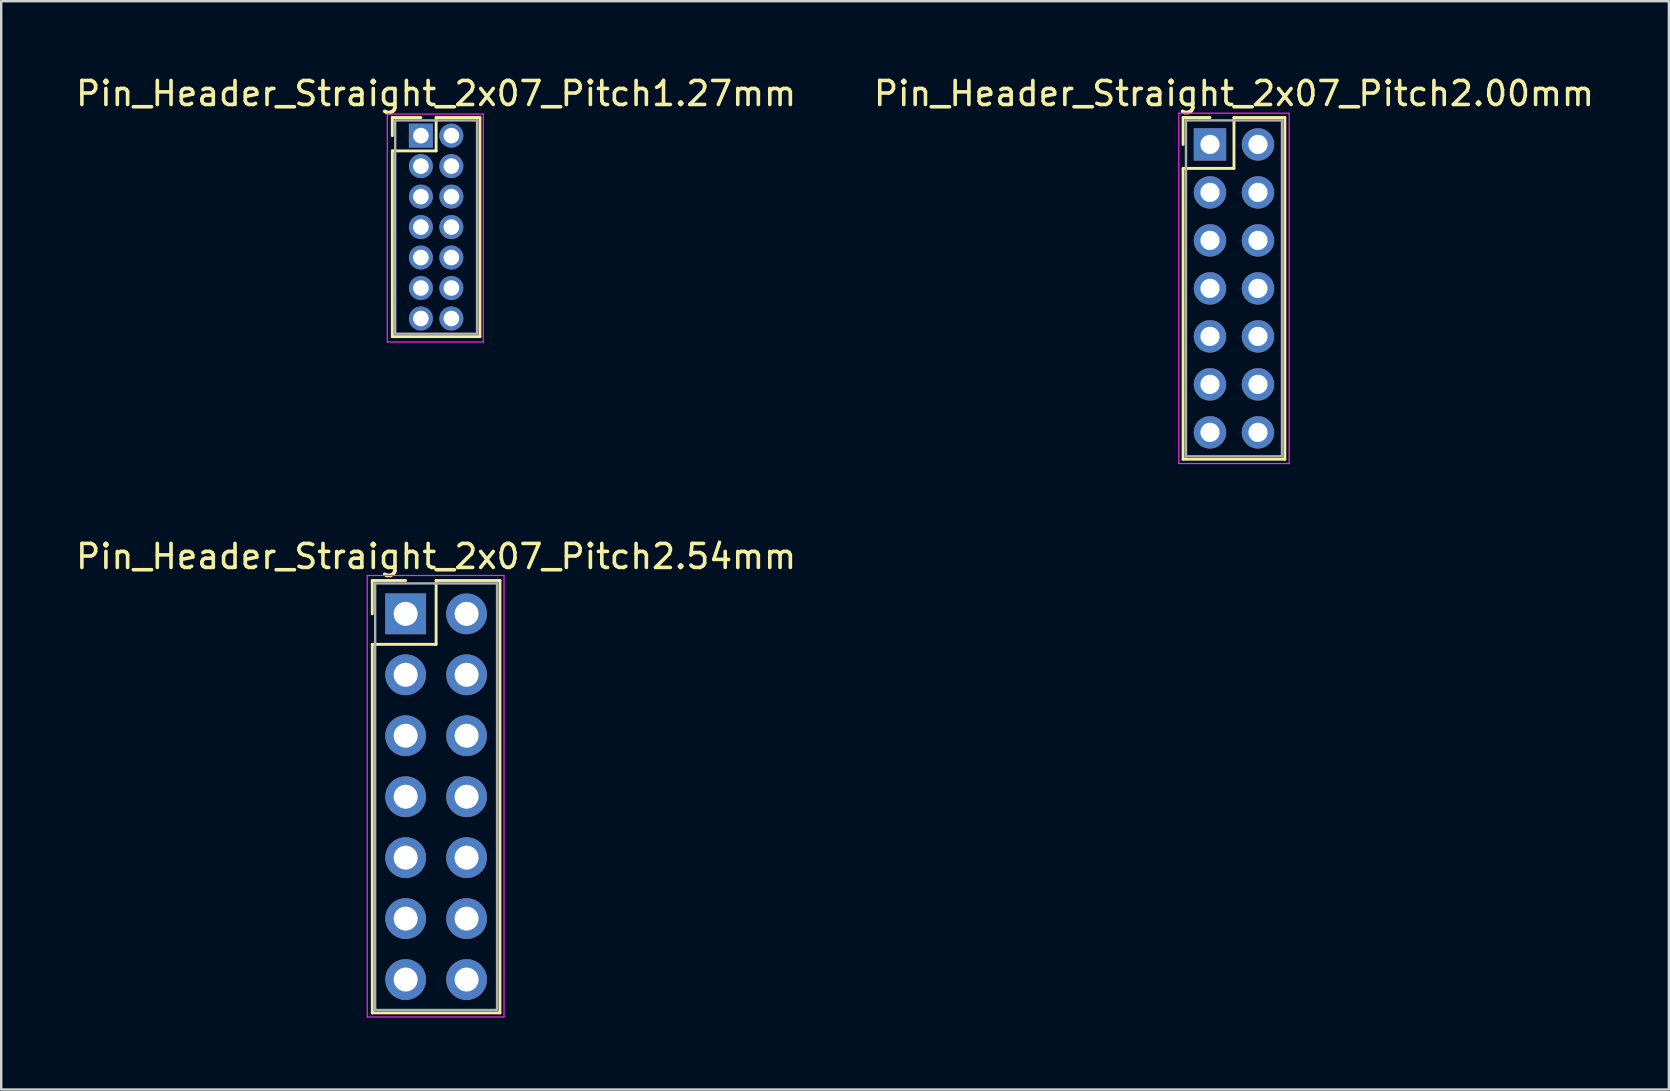
<source format=kicad_pcb>
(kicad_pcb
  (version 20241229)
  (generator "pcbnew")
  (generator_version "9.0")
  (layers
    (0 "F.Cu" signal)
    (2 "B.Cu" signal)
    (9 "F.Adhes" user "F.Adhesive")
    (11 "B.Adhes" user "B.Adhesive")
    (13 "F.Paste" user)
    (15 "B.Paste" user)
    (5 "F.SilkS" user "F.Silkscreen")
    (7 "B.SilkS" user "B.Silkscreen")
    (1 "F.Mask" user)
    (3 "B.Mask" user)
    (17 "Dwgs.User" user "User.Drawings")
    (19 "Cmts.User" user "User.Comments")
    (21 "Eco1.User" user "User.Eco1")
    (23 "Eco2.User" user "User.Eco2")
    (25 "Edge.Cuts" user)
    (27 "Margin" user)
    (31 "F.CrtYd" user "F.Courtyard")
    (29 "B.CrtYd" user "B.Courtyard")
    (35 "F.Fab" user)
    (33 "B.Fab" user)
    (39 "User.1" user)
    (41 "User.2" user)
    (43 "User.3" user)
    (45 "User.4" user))
  (footprint "Pin_Header_Straight_2x07_Pitch2.00mm"
    (layer "F.Cu")
    (at 47.375 2.968)
    (property "Reference" "Pin_Header_Straight_2x07_Pitch2.00mm" (at 1 -2.12 0) (layer "F.SilkS") (effects (font (size 1 1) (thickness 0.15))))
    (attr through_hole)
    (fp_line (start -1.12 -1.12) (end 0 -1.12) (stroke (width 0.12) (type solid)) (layer "F.SilkS"))
    (fp_line (start -1.12 0) (end -1.12 -1.12) (stroke (width 0.12) (type solid)) (layer "F.SilkS"))
    (fp_line (start -1.12 1) (end -1.12 13.12) (stroke (width 0.12) (type solid)) (layer "F.SilkS"))
    (fp_line (start -1.12 13.12) (end 3.12 13.12) (stroke (width 0.12) (type solid)) (layer "F.SilkS"))
    (fp_line (start 1 -1.12) (end 1 1) (stroke (width 0.12) (type solid)) (layer "F.SilkS"))
    (fp_line (start 1 1) (end -1.12 1) (stroke (width 0.12) (type solid)) (layer "F.SilkS"))
    (fp_line (start 3.12 -1.12) (end 1 -1.12) (stroke (width 0.12) (type solid)) (layer "F.SilkS"))
    (fp_line (start 3.12 13.12) (end 3.12 -1.12) (stroke (width 0.12) (type solid)) (layer "F.SilkS"))
    (fp_line (start -1.3 -1.3) (end -1.3 13.3) (stroke (width 0.05) (type solid)) (layer "F.CrtYd"))
    (fp_line (start -1.3 13.3) (end 3.3 13.3) (stroke (width 0.05) (type solid)) (layer "F.CrtYd"))
    (fp_line (start 3.3 -1.3) (end -1.3 -1.3) (stroke (width 0.05) (type solid)) (layer "F.CrtYd"))
    (fp_line (start 3.3 13.3) (end 3.3 -1.3) (stroke (width 0.05) (type solid)) (layer "F.CrtYd"))
    (fp_line (start -1 -1) (end -1 13) (stroke (width 0.1) (type solid)) (layer "F.Fab"))
    (fp_line (start -1 13) (end 3 13) (stroke (width 0.1) (type solid)) (layer "F.Fab"))
    (fp_line (start 3 -1) (end -1 -1) (stroke (width 0.1) (type solid)) (layer "F.Fab"))
    (fp_line (start 3 13) (end 3 -1) (stroke (width 0.1) (type solid)) (layer "F.Fab"))
    (pad "1" thru_hole rect (at 0 0) (size 1.35 1.35) (drill 0.8) (layers "*.Cu" "*.Mask"))
    (pad "2" thru_hole oval (at 2 0) (size 1.35 1.35) (drill 0.8) (layers "*.Cu" "*.Mask"))
    (pad "3" thru_hole oval (at 0 2) (size 1.35 1.35) (drill 0.8) (layers "*.Cu" "*.Mask"))
    (pad "4" thru_hole oval (at 2 2) (size 1.35 1.35) (drill 0.8) (layers "*.Cu" "*.Mask"))
    (pad "5" thru_hole oval (at 0 4) (size 1.35 1.35) (drill 0.8) (layers "*.Cu" "*.Mask"))
    (pad "6" thru_hole oval (at 2 4) (size 1.35 1.35) (drill 0.8) (layers "*.Cu" "*.Mask"))
    (pad "7" thru_hole oval (at 0 6) (size 1.35 1.35) (drill 0.8) (layers "*.Cu" "*.Mask"))
    (pad "8" thru_hole oval (at 2 6) (size 1.35 1.35) (drill 0.8) (layers "*.Cu" "*.Mask"))
    (pad "9" thru_hole oval (at 0 8) (size 1.35 1.35) (drill 0.8) (layers "*.Cu" "*.Mask"))
    (pad "10" thru_hole oval (at 2 8) (size 1.35 1.35) (drill 0.8) (layers "*.Cu" "*.Mask"))
    (pad "11" thru_hole oval (at 0 10) (size 1.35 1.35) (drill 0.8) (layers "*.Cu" "*.Mask"))
    (pad "12" thru_hole oval (at 2 10) (size 1.35 1.35) (drill 0.8) (layers "*.Cu" "*.Mask"))
    (pad "13" thru_hole oval (at 0 12) (size 1.35 1.35) (drill 0.8) (layers "*.Cu" "*.Mask"))
    (pad "14" thru_hole oval (at 2 12) (size 1.35 1.35) (drill 0.8) (layers "*.Cu" "*.Mask")))
  (footprint "Pin_Header_Straight_2x07_Pitch2.54mm"
    (layer "F.Cu")
    (at 13.855 22.532)
    (property "Reference" "Pin_Header_Straight_2x07_Pitch2.54mm" (at 1.27 -2.39 0) (layer "F.SilkS") (effects (font (size 1 1) (thickness 0.15))))
    (attr through_hole)
    (fp_line (start -1.39 -1.39) (end 0 -1.39) (stroke (width 0.12) (type solid)) (layer "F.SilkS"))
    (fp_line (start -1.39 0) (end -1.39 -1.39) (stroke (width 0.12) (type solid)) (layer "F.SilkS"))
    (fp_line (start -1.39 1.27) (end -1.39 16.63) (stroke (width 0.12) (type solid)) (layer "F.SilkS"))
    (fp_line (start -1.39 16.63) (end 3.93 16.63) (stroke (width 0.12) (type solid)) (layer "F.SilkS"))
    (fp_line (start 1.27 -1.39) (end 1.27 1.27) (stroke (width 0.12) (type solid)) (layer "F.SilkS"))
    (fp_line (start 1.27 1.27) (end -1.39 1.27) (stroke (width 0.12) (type solid)) (layer "F.SilkS"))
    (fp_line (start 3.93 -1.39) (end 1.27 -1.39) (stroke (width 0.12) (type solid)) (layer "F.SilkS"))
    (fp_line (start 3.93 16.63) (end 3.93 -1.39) (stroke (width 0.12) (type solid)) (layer "F.SilkS"))
    (fp_line (start -1.6 -1.6) (end -1.6 16.8) (stroke (width 0.05) (type solid)) (layer "F.CrtYd"))
    (fp_line (start -1.6 16.8) (end 4.1 16.8) (stroke (width 0.05) (type solid)) (layer "F.CrtYd"))
    (fp_line (start 4.1 -1.6) (end -1.6 -1.6) (stroke (width 0.05) (type solid)) (layer "F.CrtYd"))
    (fp_line (start 4.1 16.8) (end 4.1 -1.6) (stroke (width 0.05) (type solid)) (layer "F.CrtYd"))
    (fp_line (start -1.27 -1.27) (end -1.27 16.51) (stroke (width 0.1) (type solid)) (layer "F.Fab"))
    (fp_line (start -1.27 16.51) (end 3.81 16.51) (stroke (width 0.1) (type solid)) (layer "F.Fab"))
    (fp_line (start 3.81 -1.27) (end -1.27 -1.27) (stroke (width 0.1) (type solid)) (layer "F.Fab"))
    (fp_line (start 3.81 16.51) (end 3.81 -1.27) (stroke (width 0.1) (type solid)) (layer "F.Fab"))
    (pad "1" thru_hole rect (at 0 0) (size 1.7 1.7) (drill 1) (layers "*.Cu" "*.Mask"))
    (pad "2" thru_hole oval (at 2.54 0) (size 1.7 1.7) (drill 1) (layers "*.Cu" "*.Mask"))
    (pad "3" thru_hole oval (at 0 2.54) (size 1.7 1.7) (drill 1) (layers "*.Cu" "*.Mask"))
    (pad "4" thru_hole oval (at 2.54 2.54) (size 1.7 1.7) (drill 1) (layers "*.Cu" "*.Mask"))
    (pad "5" thru_hole oval (at 0 5.08) (size 1.7 1.7) (drill 1) (layers "*.Cu" "*.Mask"))
    (pad "6" thru_hole oval (at 2.54 5.08) (size 1.7 1.7) (drill 1) (layers "*.Cu" "*.Mask"))
    (pad "7" thru_hole oval (at 0 7.62) (size 1.7 1.7) (drill 1) (layers "*.Cu" "*.Mask"))
    (pad "8" thru_hole oval (at 2.54 7.62) (size 1.7 1.7) (drill 1) (layers "*.Cu" "*.Mask"))
    (pad "9" thru_hole oval (at 0 10.16) (size 1.7 1.7) (drill 1) (layers "*.Cu" "*.Mask"))
    (pad "10" thru_hole oval (at 2.54 10.16) (size 1.7 1.7) (drill 1) (layers "*.Cu" "*.Mask"))
    (pad "11" thru_hole oval (at 0 12.7) (size 1.7 1.7) (drill 1) (layers "*.Cu" "*.Mask"))
    (pad "12" thru_hole oval (at 2.54 12.7) (size 1.7 1.7) (drill 1) (layers "*.Cu" "*.Mask"))
    (pad "13" thru_hole oval (at 0 15.24) (size 1.7 1.7) (drill 1) (layers "*.Cu" "*.Mask"))
    (pad "14" thru_hole oval (at 2.54 15.24) (size 1.7 1.7) (drill 1) (layers "*.Cu" "*.Mask")))
  (footprint "Pin_Header_Straight_2x07_Pitch1.27mm"
    (layer "F.Cu")
    (at 14.49 2.603)
    (property "Reference" "Pin_Header_Straight_2x07_Pitch1.27mm" (at 0.635 -1.755 0) (layer "F.SilkS") (effects (font (size 1 1) (thickness 0.15))))
    (attr through_hole)
    (fp_line (start -1.19 -0.755) (end 0 -0.755) (stroke (width 0.12) (type solid)) (layer "F.SilkS"))
    (fp_line (start -1.19 0) (end -1.19 -0.755) (stroke (width 0.12) (type solid)) (layer "F.SilkS"))
    (fp_line (start -1.19 0.635) (end -1.19 8.375) (stroke (width 0.12) (type solid)) (layer "F.SilkS"))
    (fp_line (start -1.19 8.375) (end 2.46 8.375) (stroke (width 0.12) (type solid)) (layer "F.SilkS"))
    (fp_line (start 0.635 -0.755) (end 0.635 0.635) (stroke (width 0.12) (type solid)) (layer "F.SilkS"))
    (fp_line (start 0.635 0.635) (end -1.19 0.635) (stroke (width 0.12) (type solid)) (layer "F.SilkS"))
    (fp_line (start 2.46 -0.755) (end 0.635 -0.755) (stroke (width 0.12) (type solid)) (layer "F.SilkS"))
    (fp_line (start 2.46 8.375) (end 2.46 -0.755) (stroke (width 0.12) (type solid)) (layer "F.SilkS"))
    (fp_line (start -1.4 -0.9) (end -1.4 8.6) (stroke (width 0.05) (type solid)) (layer "F.CrtYd"))
    (fp_line (start -1.4 8.6) (end 2.6 8.6) (stroke (width 0.05) (type solid)) (layer "F.CrtYd"))
    (fp_line (start 2.6 -0.9) (end -1.4 -0.9) (stroke (width 0.05) (type solid)) (layer "F.CrtYd"))
    (fp_line (start 2.6 8.6) (end 2.6 -0.9) (stroke (width 0.05) (type solid)) (layer "F.CrtYd"))
    (fp_line (start -1.07 -0.635) (end -1.07 8.255) (stroke (width 0.1) (type solid)) (layer "F.Fab"))
    (fp_line (start -1.07 8.255) (end 2.34 8.255) (stroke (width 0.1) (type solid)) (layer "F.Fab"))
    (fp_line (start 2.34 -0.635) (end -1.07 -0.635) (stroke (width 0.1) (type solid)) (layer "F.Fab"))
    (fp_line (start 2.34 8.255) (end 2.34 -0.635) (stroke (width 0.1) (type solid)) (layer "F.Fab"))
    (pad "1" thru_hole rect (at 0 0) (size 1 1) (drill 0.65) (layers "*.Cu" "*.Mask"))
    (pad "2" thru_hole oval (at 1.27 0) (size 1 1) (drill 0.65) (layers "*.Cu" "*.Mask"))
    (pad "3" thru_hole oval (at 0 1.27) (size 1 1) (drill 0.65) (layers "*.Cu" "*.Mask"))
    (pad "4" thru_hole oval (at 1.27 1.27) (size 1 1) (drill 0.65) (layers "*.Cu" "*.Mask"))
    (pad "5" thru_hole oval (at 0 2.54) (size 1 1) (drill 0.65) (layers "*.Cu" "*.Mask"))
    (pad "6" thru_hole oval (at 1.27 2.54) (size 1 1) (drill 0.65) (layers "*.Cu" "*.Mask"))
    (pad "7" thru_hole oval (at 0 3.81) (size 1 1) (drill 0.65) (layers "*.Cu" "*.Mask"))
    (pad "8" thru_hole oval (at 1.27 3.81) (size 1 1) (drill 0.65) (layers "*.Cu" "*.Mask"))
    (pad "9" thru_hole oval (at 0 5.08) (size 1 1) (drill 0.65) (layers "*.Cu" "*.Mask"))
    (pad "10" thru_hole oval (at 1.27 5.08) (size 1 1) (drill 0.65) (layers "*.Cu" "*.Mask"))
    (pad "11" thru_hole oval (at 0 6.35) (size 1 1) (drill 0.65) (layers "*.Cu" "*.Mask"))
    (pad "12" thru_hole oval (at 1.27 6.35) (size 1 1) (drill 0.65) (layers "*.Cu" "*.Mask"))
    (pad "13" thru_hole oval (at 0 7.62) (size 1 1) (drill 0.65) (layers "*.Cu" "*.Mask"))
    (pad "14" thru_hole oval (at 1.27 7.62) (size 1 1) (drill 0.65) (layers "*.Cu" "*.Mask")))
  (gr_rect
    (start -3 -3)
    (end 66.5 42.356)
    (stroke (width 0.1) (type default))
    (fill no)
    (layer "Edge.Cuts")))
</source>
